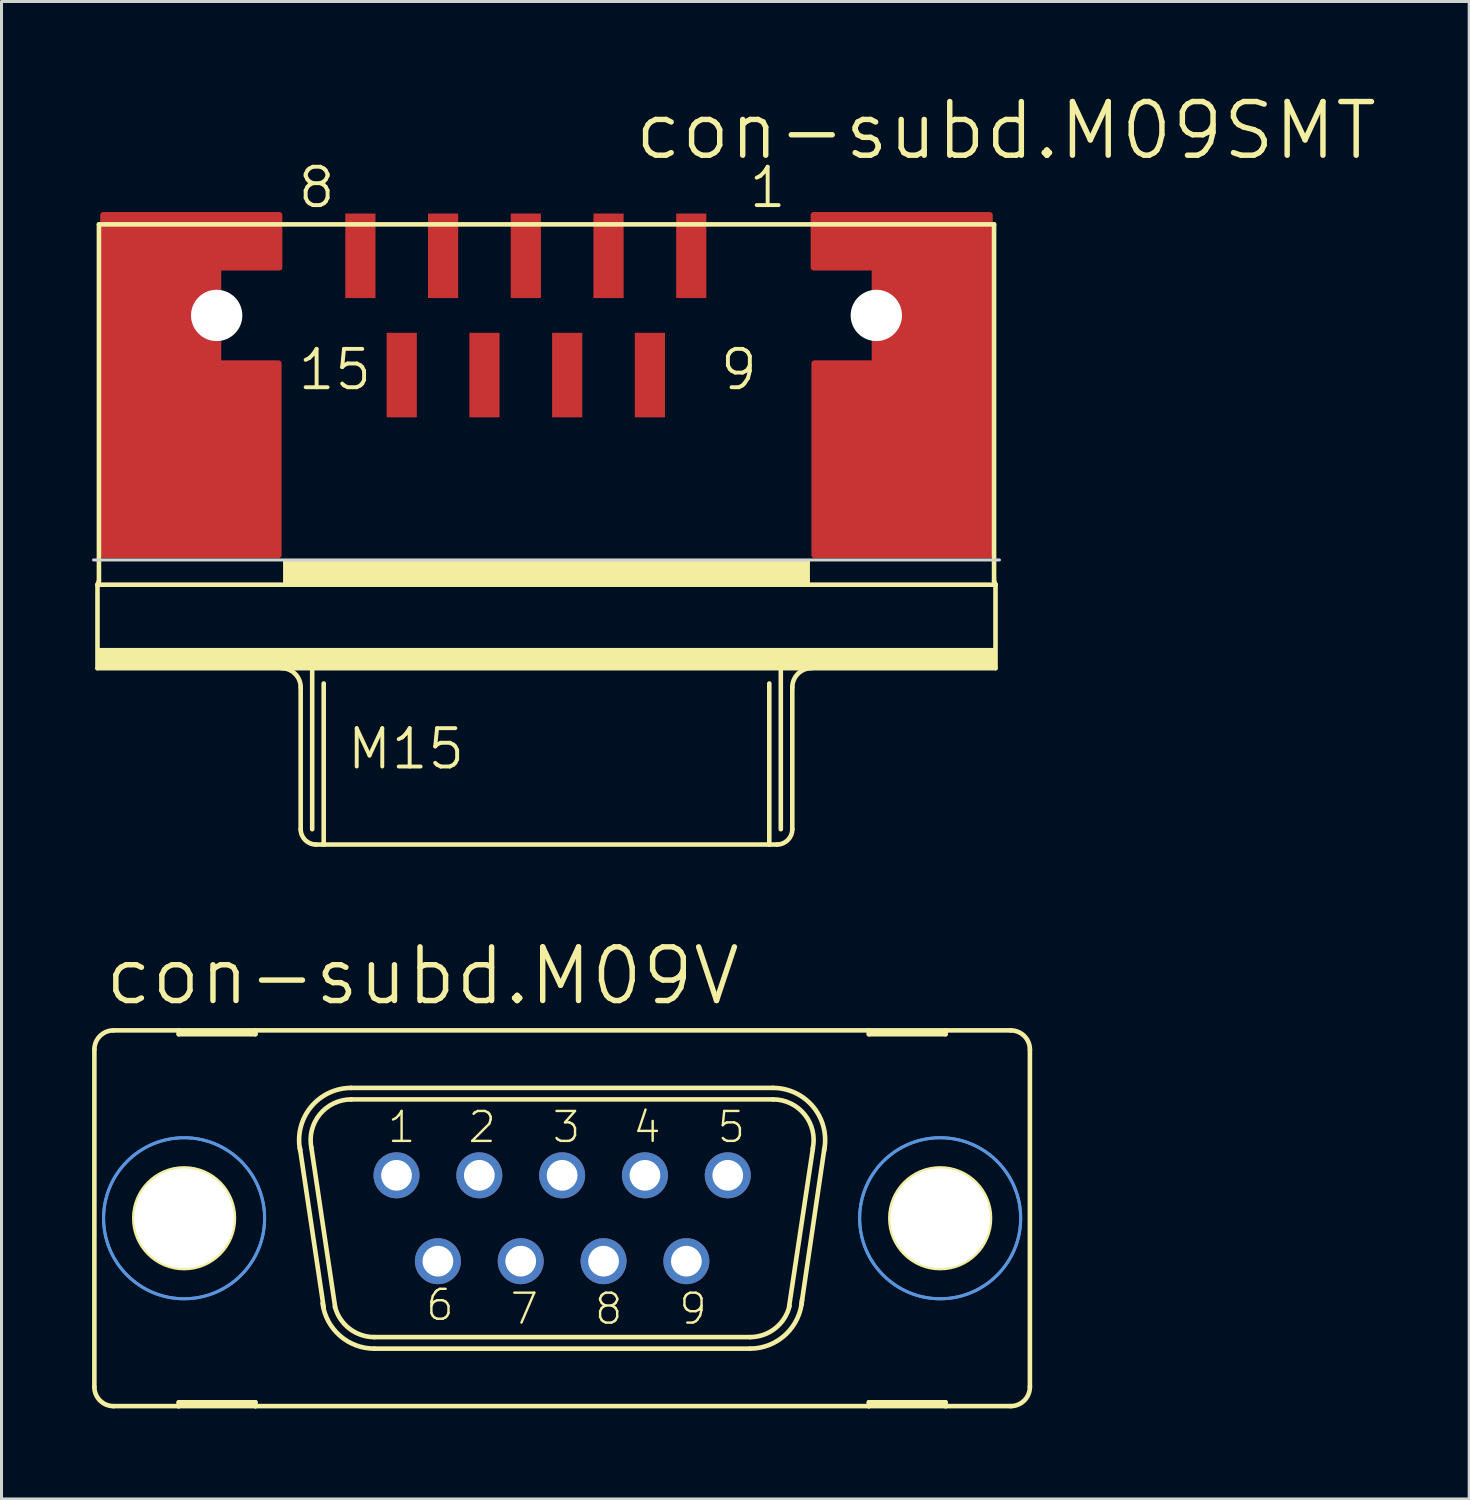
<source format=kicad_pcb>
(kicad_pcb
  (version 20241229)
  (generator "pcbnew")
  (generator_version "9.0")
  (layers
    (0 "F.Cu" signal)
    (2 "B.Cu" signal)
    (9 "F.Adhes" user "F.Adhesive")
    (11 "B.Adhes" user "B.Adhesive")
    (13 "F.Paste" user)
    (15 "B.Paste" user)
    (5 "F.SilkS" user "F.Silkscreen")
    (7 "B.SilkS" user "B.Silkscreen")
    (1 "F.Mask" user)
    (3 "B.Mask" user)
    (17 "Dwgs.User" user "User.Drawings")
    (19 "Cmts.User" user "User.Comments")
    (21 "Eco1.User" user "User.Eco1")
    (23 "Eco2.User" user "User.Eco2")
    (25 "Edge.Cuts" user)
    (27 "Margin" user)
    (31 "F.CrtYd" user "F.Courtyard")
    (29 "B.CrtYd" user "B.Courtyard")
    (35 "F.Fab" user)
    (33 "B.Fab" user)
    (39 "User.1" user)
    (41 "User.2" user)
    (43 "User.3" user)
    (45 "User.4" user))
  (footprint "con-subd.M09V"
    (layer "F.Cu")
    (at 15.57 37.303)
    (property "Reference" "con-subd.M09V" (at -15.24 -6.985 0) (layer "F.SilkS") (effects (font (size 1.778 1.778) (thickness 0.18)) (justify left bottom)))
    (attr through_hole)
    (fp_line (start -15.494 -5.588) (end -15.494 5.588) (stroke (width 0.152) (type default)) (layer "F.SilkS"))
    (fp_line (start -14.859 6.223) (end -12.7 6.223) (stroke (width 0.152) (type default)) (layer "F.SilkS"))
    (fp_line (start -12.7 -6.223) (end -14.859 -6.223) (stroke (width 0.152) (type default)) (layer "F.SilkS"))
    (fp_line (start -12.7 -6.223) (end -12.7 -6.096) (stroke (width 0.152) (type default)) (layer "F.SilkS"))
    (fp_line (start -12.7 -6.096) (end -10.16 -6.096) (stroke (width 0.152) (type default)) (layer "F.SilkS"))
    (fp_line (start -12.7 6.096) (end -10.16 6.096) (stroke (width 0.152) (type default)) (layer "F.SilkS"))
    (fp_line (start -12.7 6.223) (end -12.7 6.096) (stroke (width 0.152) (type default)) (layer "F.SilkS"))
    (fp_line (start -12.7 6.223) (end -10.16 6.223) (stroke (width 0.152) (type default)) (layer "F.SilkS"))
    (fp_line (start -10.16 -6.223) (end -12.7 -6.223) (stroke (width 0.152) (type default)) (layer "F.SilkS"))
    (fp_line (start -10.16 -6.096) (end -10.16 -6.223) (stroke (width 0.152) (type default)) (layer "F.SilkS"))
    (fp_line (start -10.16 6.096) (end -10.16 6.223) (stroke (width 0.152) (type default)) (layer "F.SilkS"))
    (fp_line (start -10.16 6.223) (end 10.16 6.223) (stroke (width 0.152) (type default)) (layer "F.SilkS"))
    (fp_line (start -7.899 2.946) (end -8.687 -2.337) (stroke (width 0.152) (type default)) (layer "F.SilkS"))
    (fp_line (start -7.518 2.946) (end -8.306 -2.337) (stroke (width 0.152) (type default)) (layer "F.SilkS"))
    (fp_line (start -6.985 -4.318) (end 6.985 -4.318) (stroke (width 0.152) (type default)) (layer "F.SilkS"))
    (fp_line (start -6.985 -3.937) (end 6.985 -3.937) (stroke (width 0.152) (type default)) (layer "F.SilkS"))
    (fp_line (start -6.223 3.937) (end 6.223 3.937) (stroke (width 0.152) (type default)) (layer "F.SilkS"))
    (fp_line (start -6.223 4.318) (end 6.223 4.318) (stroke (width 0.152) (type default)) (layer "F.SilkS"))
    (fp_line (start 8.306 -2.311) (end 7.518 2.921) (stroke (width 0.152) (type default)) (layer "F.SilkS"))
    (fp_line (start 8.687 -2.311) (end 7.925 2.87) (stroke (width 0.152) (type default)) (layer "F.SilkS"))
    (fp_line (start 10.16 -6.223) (end -10.16 -6.223) (stroke (width 0.152) (type default)) (layer "F.SilkS"))
    (fp_line (start 10.16 -6.223) (end 10.16 -6.096) (stroke (width 0.152) (type default)) (layer "F.SilkS"))
    (fp_line (start 10.16 -6.096) (end 12.7 -6.096) (stroke (width 0.152) (type default)) (layer "F.SilkS"))
    (fp_line (start 10.16 6.096) (end 12.7 6.096) (stroke (width 0.152) (type default)) (layer "F.SilkS"))
    (fp_line (start 10.16 6.223) (end 10.16 6.096) (stroke (width 0.152) (type default)) (layer "F.SilkS"))
    (fp_line (start 10.16 6.223) (end 12.7 6.223) (stroke (width 0.152) (type default)) (layer "F.SilkS"))
    (fp_line (start 12.7 -6.223) (end 10.16 -6.223) (stroke (width 0.152) (type default)) (layer "F.SilkS"))
    (fp_line (start 12.7 -6.096) (end 12.7 -6.223) (stroke (width 0.152) (type default)) (layer "F.SilkS"))
    (fp_line (start 12.7 6.096) (end 12.7 6.223) (stroke (width 0.152) (type default)) (layer "F.SilkS"))
    (fp_line (start 12.7 6.223) (end 14.859 6.223) (stroke (width 0.152) (type default)) (layer "F.SilkS"))
    (fp_line (start 14.859 -6.223) (end 12.7 -6.223) (stroke (width 0.152) (type default)) (layer "F.SilkS"))
    (fp_line (start 15.494 -5.588) (end 15.494 5.588) (stroke (width 0.152) (type default)) (layer "F.SilkS"))
    (fp_arc (start -15.494 -5.588) (mid -15.308013 -6.037013) (end -14.859 -6.223) (stroke (width 0.1524) (type default)) (layer "F.SilkS"))
    (fp_arc (start -14.859 6.223) (mid -15.308013 6.037013) (end -15.494 5.588) (stroke (width 0.1524) (type default)) (layer "F.SilkS"))
    (fp_arc (start -8.6787 -2.2521) (mid -8.320717 -3.685841) (end -6.985 -4.318) (stroke (width 0.1524) (type default)) (layer "F.SilkS"))
    (fp_arc (start -8.3051 -2.3268) (mid -8.026082 -3.444284) (end -6.985 -3.937) (stroke (width 0.1524) (type default)) (layer "F.SilkS"))
    (fp_arc (start -6.223 3.937) (mid -7.0465 3.655746) (end -7.5259 2.9295) (stroke (width 0.1524) (type default)) (layer "F.SilkS"))
    (fp_arc (start -6.223 4.318) (mid -7.360711 3.890312) (end -7.935 2.8191) (stroke (width 0.1524) (type default)) (layer "F.SilkS"))
    (fp_arc (start 6.985 -4.318) (mid 8.320812 -3.685867) (end 8.679 -2.2521) (stroke (width 0.1524) (type default)) (layer "F.SilkS"))
    (fp_arc (start 6.985 -3.937) (mid 8.033556 -3.435184) (end 8.3005 -2.3038) (stroke (width 0.1524) (type default)) (layer "F.SilkS"))
    (fp_arc (start 7.5317 2.905) (mid 7.056256 3.647874) (end 6.223 3.937) (stroke (width 0.1524) (type default)) (layer "F.SilkS"))
    (fp_arc (start 7.9473 2.6849) (mid 7.410366 3.844828) (end 6.223 4.318) (stroke (width 0.1524) (type default)) (layer "F.SilkS"))
    (fp_arc (start 14.859 -6.223) (mid 15.308013 -6.037013) (end 15.494 -5.588) (stroke (width 0.1524) (type default)) (layer "F.SilkS"))
    (fp_arc (start 15.494 5.588) (mid 15.308013 6.037013) (end 14.859 6.223) (stroke (width 0.1524) (type default)) (layer "F.SilkS"))
    (fp_circle (center -12.522 0) (end -10.871 0) (stroke (width 0.152) (type default)) (fill no) (layer "F.SilkS"))
    (fp_circle (center 12.522 0) (end 14.173 0) (stroke (width 0.152) (type default)) (fill no) (layer "F.SilkS"))
    (fp_circle (center -12.522 0) (end -9.855 0) (stroke (width 0.1) (type default)) (fill no) (layer "Cmts.User"))
    (fp_circle (center -12.522 0) (end -9.855 0) (stroke (width 0.1) (type default)) (fill no) (layer "Cmts.User"))
    (fp_circle (center 12.522 0) (end 15.189 0) (stroke (width 0.1) (type default)) (fill no) (layer "Cmts.User"))
    (fp_circle (center 12.522 0) (end 15.189 0) (stroke (width 0.1) (type default)) (fill no) (layer "Cmts.User"))
    (fp_circle (center -5.486 -1.422) (end -5.232 -1.422) (stroke (width 0.406) (type default)) (fill no) (layer "F.Fab"))
    (fp_circle (center -4.115 1.422) (end -3.861 1.422) (stroke (width 0.406) (type default)) (fill no) (layer "F.Fab"))
    (fp_circle (center -2.743 -1.422) (end -2.489 -1.422) (stroke (width 0.406) (type default)) (fill no) (layer "F.Fab"))
    (fp_circle (center -1.372 1.422) (end -1.118 1.422) (stroke (width 0.406) (type default)) (fill no) (layer "F.Fab"))
    (fp_circle (center 0 -1.422) (end 0.254 -1.422) (stroke (width 0.406) (type default)) (fill no) (layer "F.Fab"))
    (fp_circle (center 1.372 1.422) (end 1.626 1.422) (stroke (width 0.406) (type default)) (fill no) (layer "F.Fab"))
    (fp_circle (center 2.743 -1.422) (end 2.997 -1.422) (stroke (width 0.406) (type default)) (fill no) (layer "F.Fab"))
    (fp_circle (center 4.115 1.422) (end 4.369 1.422) (stroke (width 0.406) (type default)) (fill no) (layer "F.Fab"))
    (fp_circle (center 5.486 -1.422) (end 5.74 -1.422) (stroke (width 0.406) (type default)) (fill no) (layer "F.Fab"))
    (fp_text user "5" (at 5.08 -2.438 0) (layer "F.SilkS") (effects (font (size 0.991 0.991) (thickness 0.08)) (justify left bottom)))
    (fp_text user "8" (at 1.016 3.581 0) (layer "F.SilkS") (effects (font (size 0.991 0.991) (thickness 0.08)) (justify left bottom)))
    (fp_text user "6" (at -4.572 3.454 0) (layer "F.SilkS") (effects (font (size 0.991 0.991) (thickness 0.08)) (justify left bottom)))
    (fp_text user "9" (at 3.81 3.581 0) (layer "F.SilkS") (effects (font (size 0.991 0.991) (thickness 0.08)) (justify left bottom)))
    (fp_text user "1" (at -5.842 -2.438 0) (layer "F.SilkS") (effects (font (size 0.991 0.991) (thickness 0.08)) (justify left bottom)))
    (fp_text user "3" (at -0.381 -2.438 0) (layer "F.SilkS") (effects (font (size 0.991 0.991) (thickness 0.08)) (justify left bottom)))
    (fp_text user "2" (at -3.175 -2.438 0) (layer "F.SilkS") (effects (font (size 0.991 0.991) (thickness 0.08)) (justify left bottom)))
    (fp_text user "4" (at 2.286 -2.438 0) (layer "F.SilkS") (effects (font (size 0.991 0.991) (thickness 0.08)) (justify left bottom)))
    (fp_text user "7" (at -1.778 3.581 0) (layer "F.SilkS") (effects (font (size 0.991 0.991) (thickness 0.08)) (justify left bottom)))
    (pad "" np_thru_hole circle (at -12.522 0) (size 3.302 3.302) (drill 3.302) (layers "*.Cu" "*.Mask"))
    (pad "" np_thru_hole circle (at 12.522 0) (size 3.302 3.302) (drill 3.302) (layers "*.Cu" "*.Mask"))
    (pad "1" thru_hole circle (at -5.486 -1.422) (size 1.524 1.524) (drill 1.016) (layers "*.Cu" "*.Mask"))
    (pad "2" thru_hole circle (at -2.743 -1.422) (size 1.524 1.524) (drill 1.016) (layers "*.Cu" "*.Mask"))
    (pad "3" thru_hole circle (at 0 -1.422) (size 1.524 1.524) (drill 1.016) (layers "*.Cu" "*.Mask"))
    (pad "4" thru_hole circle (at 2.743 -1.422) (size 1.524 1.524) (drill 1.016) (layers "*.Cu" "*.Mask"))
    (pad "5" thru_hole circle (at 5.486 -1.422) (size 1.524 1.524) (drill 1.016) (layers "*.Cu" "*.Mask"))
    (pad "6" thru_hole circle (at -4.115 1.422) (size 1.524 1.524) (drill 1.016) (layers "*.Cu" "*.Mask"))
    (pad "7" thru_hole circle (at -1.372 1.422) (size 1.524 1.524) (drill 1.016) (layers "*.Cu" "*.Mask"))
    (pad "8" thru_hole circle (at 1.372 1.422) (size 1.524 1.524) (drill 1.016) (layers "*.Cu" "*.Mask"))
    (pad "9" thru_hole circle (at 4.115 1.422) (size 1.524 1.524) (drill 1.016) (layers "*.Cu" "*.Mask")))
  (footprint "con-subd.M09SMT"
    (layer "F.Cu")
    (at 14.367 7.398)
    (property "Reference" "con-subd.M09SMT" (at 3.51 -5.08 0) (layer "F.SilkS") (effects (font (size 1.778 1.778) (thickness 0.18)) (justify left bottom)))
    (attr smd)
    (fp_poly (pts (xy -13.998 7.938) (xy -8.19 7.938) (xy -8.19 1.587) (xy -10.188 1.587) (xy -10.188 -1.587) (xy -8.165 -1.587) (xy -8.165 -3.325) (xy -13.998 -3.325)) (stroke (width 0.2) (type default)) (fill yes) (layer "F.Cu"))
    (fp_poly (pts (xy 15.367 7.938) (xy 9.56 7.938) (xy 9.56 1.587) (xy 11.557 1.587) (xy 11.557 -1.587) (xy 9.535 -1.587) (xy 9.535 -3.325) (xy 15.367 -3.325)) (stroke (width 0.2) (type default)) (fill yes) (layer "F.Cu"))
    (fp_line (start -14.188 8.92) (end -14.14 8.793) (stroke (width 0.152) (type default)) (layer "F.SilkS"))
    (fp_line (start -14.188 11.684) (end -14.188 8.92) (stroke (width 0.152) (type default)) (layer "F.SilkS"))
    (fp_line (start -14.14 -3.016) (end -14.14 8.793) (stroke (width 0.152) (type default)) (layer "F.SilkS"))
    (fp_line (start -7.965 8.92) (end -14.188 8.92) (stroke (width 0.152) (type default)) (layer "F.SilkS"))
    (fp_line (start -7.965 8.92) (end -7.965 8.158) (stroke (width 0.152) (type default)) (layer "F.SilkS"))
    (fp_line (start -7.457 12.319) (end -7.457 17.018) (stroke (width 0.152) (type default)) (layer "F.SilkS"))
    (fp_line (start -7.076 11.684) (end -14.188 11.684) (stroke (width 0.152) (type default)) (layer "F.SilkS"))
    (fp_line (start -7.076 11.684) (end -7.076 17.018) (stroke (width 0.152) (type default)) (layer "F.SilkS"))
    (fp_line (start -6.695 12.192) (end -6.695 17.526) (stroke (width 0.152) (type default)) (layer "F.SilkS"))
    (fp_line (start -6.695 17.526) (end -6.949 17.526) (stroke (width 0.152) (type default)) (layer "F.SilkS"))
    (fp_line (start 8.065 12.192) (end 8.065 17.526) (stroke (width 0.152) (type default)) (layer "F.SilkS"))
    (fp_line (start 8.065 17.526) (end -6.695 17.526) (stroke (width 0.152) (type default)) (layer "F.SilkS"))
    (fp_line (start 8.319 17.526) (end 8.065 17.526) (stroke (width 0.152) (type default)) (layer "F.SilkS"))
    (fp_line (start 8.446 11.684) (end -7.076 11.684) (stroke (width 0.152) (type default)) (layer "F.SilkS"))
    (fp_line (start 8.446 11.684) (end 8.446 17.018) (stroke (width 0.152) (type default)) (layer "F.SilkS"))
    (fp_line (start 8.827 12.319) (end 8.827 17.018) (stroke (width 0.152) (type default)) (layer "F.SilkS"))
    (fp_line (start 9.335 8.158) (end -7.965 8.158) (stroke (width 0.152) (type default)) (layer "F.SilkS"))
    (fp_line (start 9.335 8.92) (end -7.965 8.92) (stroke (width 0.152) (type default)) (layer "F.SilkS"))
    (fp_line (start 9.335 8.92) (end 9.335 8.158) (stroke (width 0.152) (type default)) (layer "F.SilkS"))
    (fp_line (start 15.51 -3.016) (end -14.14 -3.016) (stroke (width 0.152) (type default)) (layer "F.SilkS"))
    (fp_line (start 15.51 -3.016) (end 15.51 8.793) (stroke (width 0.152) (type default)) (layer "F.SilkS"))
    (fp_line (start 15.558 8.92) (end 9.335 8.92) (stroke (width 0.152) (type default)) (layer "F.SilkS"))
    (fp_line (start 15.558 8.92) (end 15.51 8.793) (stroke (width 0.152) (type default)) (layer "F.SilkS"))
    (fp_line (start 15.558 8.92) (end 15.558 11.684) (stroke (width 0.152) (type default)) (layer "F.SilkS"))
    (fp_line (start 15.558 11.684) (end 8.446 11.684) (stroke (width 0.152) (type default)) (layer "F.SilkS"))
    (fp_rect (start -14.175 11.684) (end 15.575 11.04) (stroke (width 0.05) (type default)) (fill yes) (layer "F.SilkS"))
    (fp_rect (start -7.938 8.92) (end 9.325 8.158) (stroke (width 0.05) (type default)) (fill yes) (layer "F.SilkS"))
    (fp_arc (start -8.092 11.684) (mid -7.642987 11.869987) (end -7.457 12.319) (stroke (width 0.1524) (type default)) (layer "F.SilkS"))
    (fp_arc (start -6.949 17.526) (mid -7.30821 17.37721) (end -7.457 17.018) (stroke (width 0.1524) (type default)) (layer "F.SilkS"))
    (fp_arc (start 8.827 12.319) (mid 9.012987 11.869987) (end 9.462 11.684) (stroke (width 0.1524) (type default)) (layer "F.SilkS"))
    (fp_arc (start 8.827 17.018) (mid 8.67821 17.37721) (end 8.319 17.526) (stroke (width 0.1524) (type default)) (layer "F.SilkS"))
    (fp_line (start -14.318 8.1) (end 15.688 8.1) (stroke (width 0.1) (type default)) (layer "Edge.Cuts"))
    (fp_text user "9" (at 6.367 2.54 0) (layer "F.SilkS") (effects (font (size 1.27 1.27) (thickness 0.13)) (justify left bottom)))
    (fp_text user "M15" (at -5.989 15.104 0) (layer "F.SilkS") (effects (font (size 1.27 1.27) (thickness 0.13)) (justify left bottom)))
    (fp_text user "1" (at 7.32 -3.493 0) (layer "F.SilkS") (effects (font (size 1.27 1.27) (thickness 0.13)) (justify left bottom)))
    (fp_text user "15" (at -7.62 2.54 0) (layer "F.SilkS") (effects (font (size 1.27 1.27) (thickness 0.13)) (justify left bottom)))
    (fp_text user "8" (at -7.62 -3.493 0) (layer "F.SilkS") (effects (font (size 1.27 1.27) (thickness 0.13)) (justify left bottom)))
    (pad "" np_thru_hole circle (at -10.24 0) (size 1.7 1.7) (drill 1.7) (layers "*.Cu" "*.Mask"))
    (pad "" np_thru_hole circle (at 11.61 0) (size 1.7 1.7) (drill 1.7) (layers "*.Cu" "*.Mask"))
    (pad "1" smd roundrect (at 5.48 -1.975) (size 1 2.8) (layers "F.Cu" "F.Mask" "F.Paste") (roundrect_rratio 0.01))
    (pad "2" smd roundrect (at 2.74 -1.975) (size 1 2.8) (layers "F.Cu" "F.Mask" "F.Paste") (roundrect_rratio 0.01))
    (pad "3" smd roundrect (at 0 -1.975) (size 1 2.8) (layers "F.Cu" "F.Mask" "F.Paste") (roundrect_rratio 0.01))
    (pad "4" smd roundrect (at -2.74 -1.975) (size 1 2.8) (layers "F.Cu" "F.Mask" "F.Paste") (roundrect_rratio 0.01))
    (pad "5" smd roundrect (at -5.48 -1.975) (size 1 2.8) (layers "F.Cu" "F.Mask" "F.Paste") (roundrect_rratio 0.01))
    (pad "6" smd roundrect (at 4.11 1.975) (size 1 2.8) (layers "F.Cu" "F.Mask" "F.Paste") (roundrect_rratio 0.01))
    (pad "7" smd roundrect (at 1.37 1.975) (size 1 2.8) (layers "F.Cu" "F.Mask" "F.Paste") (roundrect_rratio 0.01))
    (pad "8" smd roundrect (at -1.37 1.975) (size 1 2.8) (layers "F.Cu" "F.Mask" "F.Paste") (roundrect_rratio 0.01))
    (pad "9" smd roundrect (at -4.11 1.975) (size 1 2.8) (layers "F.Cu" "F.Mask" "F.Paste") (roundrect_rratio 0.01))
    (pad "S@1" smd roundrect (at 12.485 2.65) (size 1 1) (layers "F.Cu" "F.Mask" "F.Paste") (roundrect_rratio 0.01))
    (pad "S@2" smd roundrect (at -11.115 2.625) (size 1 1) (layers "F.Cu" "F.Mask" "F.Paste") (roundrect_rratio 0.01)))
  (gr_rect
    (start -3 -3)
    (end 45.615 46.602)
    (stroke (width 0.1) (type default))
    (fill no)
    (layer "Edge.Cuts")))
</source>
